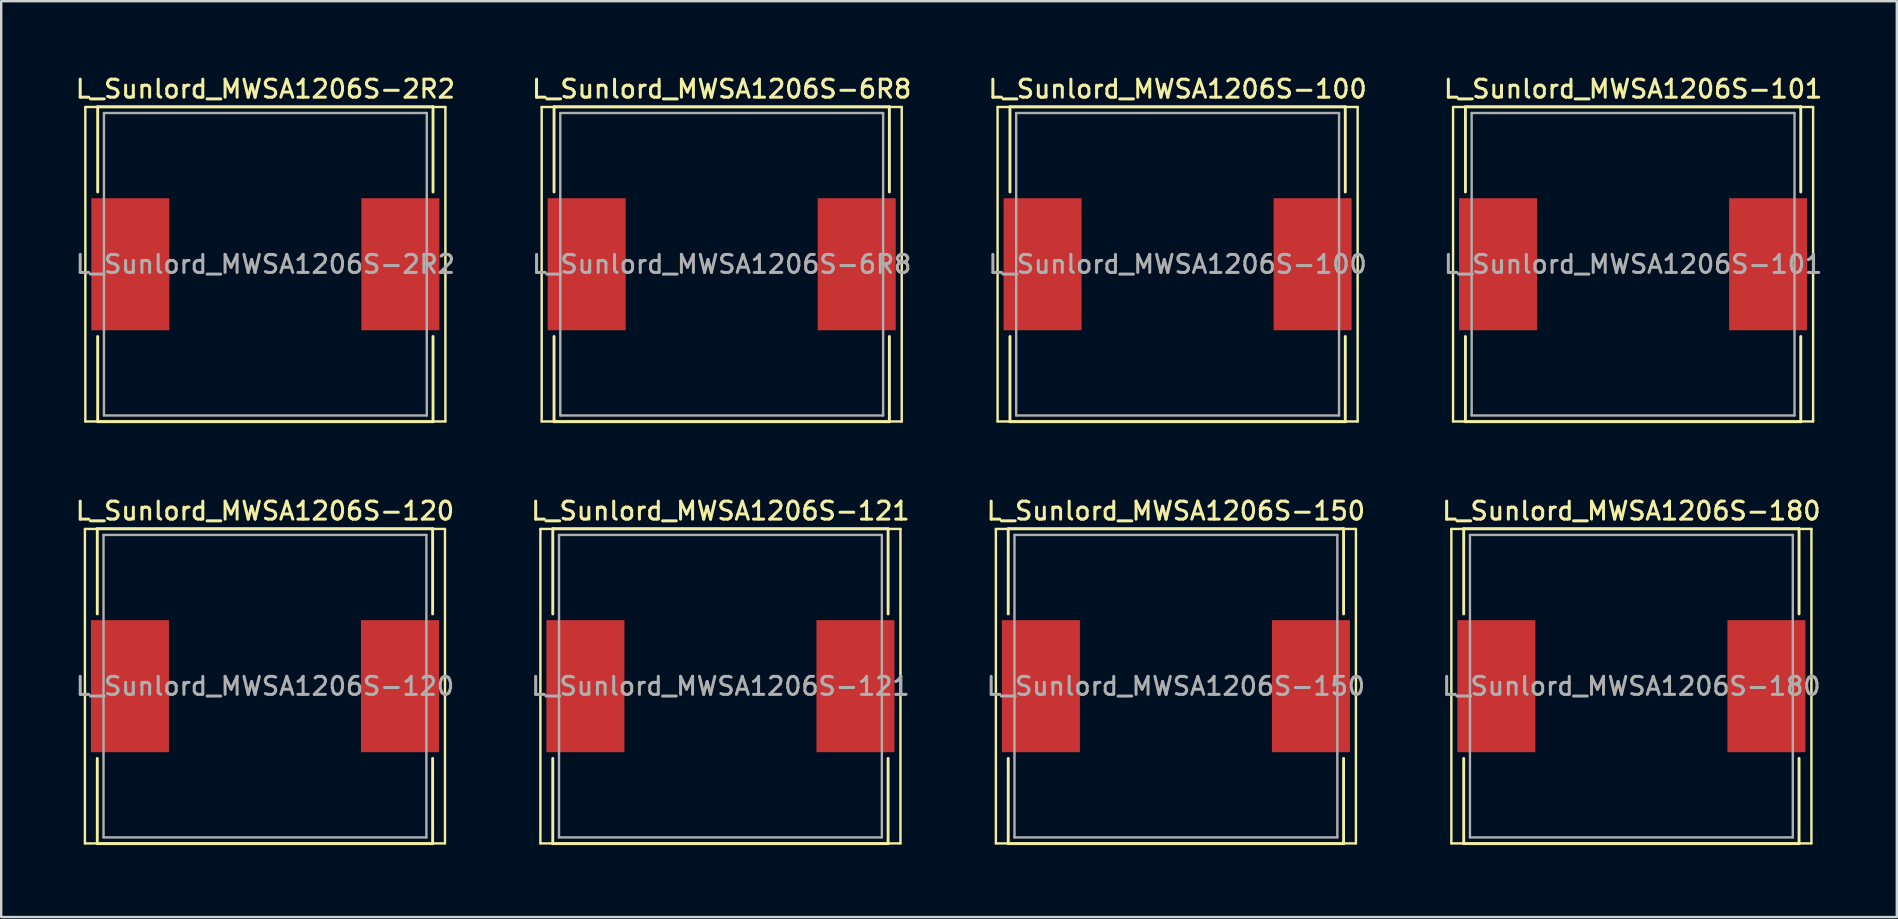
<source format=kicad_pcb>
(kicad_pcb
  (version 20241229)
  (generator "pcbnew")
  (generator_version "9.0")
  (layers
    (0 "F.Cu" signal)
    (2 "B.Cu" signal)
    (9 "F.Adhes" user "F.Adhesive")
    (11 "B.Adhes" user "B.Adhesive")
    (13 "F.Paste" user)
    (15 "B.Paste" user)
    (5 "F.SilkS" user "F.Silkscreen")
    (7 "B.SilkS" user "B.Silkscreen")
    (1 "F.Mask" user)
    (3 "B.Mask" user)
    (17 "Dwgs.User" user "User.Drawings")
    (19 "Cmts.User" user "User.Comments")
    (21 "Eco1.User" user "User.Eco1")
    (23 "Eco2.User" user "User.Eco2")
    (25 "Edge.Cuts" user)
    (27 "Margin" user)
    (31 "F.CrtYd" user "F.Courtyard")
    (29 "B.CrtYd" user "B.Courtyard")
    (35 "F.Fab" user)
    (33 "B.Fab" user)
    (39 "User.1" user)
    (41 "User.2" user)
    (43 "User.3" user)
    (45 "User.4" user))
  (footprint "L_Sunlord_MWSA1206S-121"
    (layer "F.Cu")
    (at 26.963 25.536)
    (property "Reference" "L_Sunlord_MWSA1206S-121" (at 0 -7.3 0) (layer "F.SilkS") (effects (font (size 0.75 0.75) (thickness 0.125))))
    (attr smd)
    (fp_line (start -7.5 -6.55) (end -7.5 6.55) (stroke (width 0.1) (type solid)) (layer "F.SilkS"))
    (fp_line (start -7.5 6.55) (end 7.5 6.55) (stroke (width 0.1) (type solid)) (layer "F.SilkS"))
    (fp_line (start -6.985 -6.56) (end -6.985 -3.01) (stroke (width 0.12) (type solid)) (layer "F.SilkS"))
    (fp_line (start -6.985 -6.56) (end 6.985 -6.56) (stroke (width 0.12) (type solid)) (layer "F.SilkS"))
    (fp_line (start -6.985 6.56) (end -6.985 3.01) (stroke (width 0.12) (type solid)) (layer "F.SilkS"))
    (fp_line (start -6.985 6.56) (end 6.985 6.56) (stroke (width 0.12) (type solid)) (layer "F.SilkS"))
    (fp_line (start 6.985 -6.56) (end 6.985 -3.01) (stroke (width 0.12) (type solid)) (layer "F.SilkS"))
    (fp_line (start 6.985 6.56) (end 6.985 3.01) (stroke (width 0.12) (type solid)) (layer "F.SilkS"))
    (fp_line (start 7.5 -6.55) (end -7.5 -6.55) (stroke (width 0.1) (type solid)) (layer "F.SilkS"))
    (fp_line (start 7.5 6.55) (end 7.5 -6.55) (stroke (width 0.1) (type solid)) (layer "F.SilkS"))
    (fp_line (start -6.725 -6.3) (end -6.725 6.3) (stroke (width 0.1) (type solid)) (layer "F.Fab"))
    (fp_line (start -6.725 6.3) (end 6.725 6.3) (stroke (width 0.1) (type solid)) (layer "F.Fab"))
    (fp_line (start 6.725 -6.3) (end -6.725 -6.3) (stroke (width 0.1) (type solid)) (layer "F.Fab"))
    (fp_line (start 6.725 6.3) (end 6.725 -6.3) (stroke (width 0.1) (type solid)) (layer "F.Fab"))
    (fp_text user "${REFERENCE}" (at 0 0 0) (layer "F.Fab") (effects (font (size 0.75 0.75) (thickness 0.125))))
    (pad "1" smd rect (at -5.625 0) (size 3.25 5.5) (layers "F.Cu" "F.Mask" "F.Paste"))
    (pad "2" smd rect (at 5.625 0) (size 3.25 5.5) (layers "F.Cu" "F.Mask" "F.Paste")))
  (footprint "L_Sunlord_MWSA1206S-150"
    (layer "F.Cu")
    (at 45.938 25.536)
    (property "Reference" "L_Sunlord_MWSA1206S-150" (at 0 -7.3 0) (layer "F.SilkS") (effects (font (size 0.75 0.75) (thickness 0.125))))
    (attr smd)
    (fp_line (start -7.5 -6.55) (end -7.5 6.55) (stroke (width 0.1) (type solid)) (layer "F.SilkS"))
    (fp_line (start -7.5 6.55) (end 7.5 6.55) (stroke (width 0.1) (type solid)) (layer "F.SilkS"))
    (fp_line (start -6.985 -6.56) (end -6.985 -3.01) (stroke (width 0.12) (type solid)) (layer "F.SilkS"))
    (fp_line (start -6.985 -6.56) (end 6.985 -6.56) (stroke (width 0.12) (type solid)) (layer "F.SilkS"))
    (fp_line (start -6.985 6.56) (end -6.985 3.01) (stroke (width 0.12) (type solid)) (layer "F.SilkS"))
    (fp_line (start -6.985 6.56) (end 6.985 6.56) (stroke (width 0.12) (type solid)) (layer "F.SilkS"))
    (fp_line (start 6.985 -6.56) (end 6.985 -3.01) (stroke (width 0.12) (type solid)) (layer "F.SilkS"))
    (fp_line (start 6.985 6.56) (end 6.985 3.01) (stroke (width 0.12) (type solid)) (layer "F.SilkS"))
    (fp_line (start 7.5 -6.55) (end -7.5 -6.55) (stroke (width 0.1) (type solid)) (layer "F.SilkS"))
    (fp_line (start 7.5 6.55) (end 7.5 -6.55) (stroke (width 0.1) (type solid)) (layer "F.SilkS"))
    (fp_line (start -6.725 -6.3) (end -6.725 6.3) (stroke (width 0.1) (type solid)) (layer "F.Fab"))
    (fp_line (start -6.725 6.3) (end 6.725 6.3) (stroke (width 0.1) (type solid)) (layer "F.Fab"))
    (fp_line (start 6.725 -6.3) (end -6.725 -6.3) (stroke (width 0.1) (type solid)) (layer "F.Fab"))
    (fp_line (start 6.725 6.3) (end 6.725 -6.3) (stroke (width 0.1) (type solid)) (layer "F.Fab"))
    (fp_text user "${REFERENCE}" (at 0 0 0) (layer "F.Fab") (effects (font (size 0.75 0.75) (thickness 0.125))))
    (pad "1" smd rect (at -5.625 0) (size 3.25 5.5) (layers "F.Cu" "F.Mask" "F.Paste"))
    (pad "2" smd rect (at 5.625 0) (size 3.25 5.5) (layers "F.Cu" "F.Mask" "F.Paste")))
  (footprint "L_Sunlord_MWSA1206S-2R2"
    (layer "F.Cu")
    (at 8.005 7.958)
    (property "Reference" "L_Sunlord_MWSA1206S-2R2" (at 0 -7.3 0) (layer "F.SilkS") (effects (font (size 0.75 0.75) (thickness 0.125))))
    (attr smd)
    (fp_line (start -7.5 -6.55) (end -7.5 6.55) (stroke (width 0.1) (type solid)) (layer "F.SilkS"))
    (fp_line (start -7.5 6.55) (end 7.5 6.55) (stroke (width 0.1) (type solid)) (layer "F.SilkS"))
    (fp_line (start -6.985 -6.56) (end -6.985 -3.01) (stroke (width 0.12) (type solid)) (layer "F.SilkS"))
    (fp_line (start -6.985 -6.56) (end 6.985 -6.56) (stroke (width 0.12) (type solid)) (layer "F.SilkS"))
    (fp_line (start -6.985 6.56) (end -6.985 3.01) (stroke (width 0.12) (type solid)) (layer "F.SilkS"))
    (fp_line (start -6.985 6.56) (end 6.985 6.56) (stroke (width 0.12) (type solid)) (layer "F.SilkS"))
    (fp_line (start 6.985 -6.56) (end 6.985 -3.01) (stroke (width 0.12) (type solid)) (layer "F.SilkS"))
    (fp_line (start 6.985 6.56) (end 6.985 3.01) (stroke (width 0.12) (type solid)) (layer "F.SilkS"))
    (fp_line (start 7.5 -6.55) (end -7.5 -6.55) (stroke (width 0.1) (type solid)) (layer "F.SilkS"))
    (fp_line (start 7.5 6.55) (end 7.5 -6.55) (stroke (width 0.1) (type solid)) (layer "F.SilkS"))
    (fp_line (start -6.725 -6.3) (end -6.725 6.3) (stroke (width 0.1) (type solid)) (layer "F.Fab"))
    (fp_line (start -6.725 6.3) (end 6.725 6.3) (stroke (width 0.1) (type solid)) (layer "F.Fab"))
    (fp_line (start 6.725 -6.3) (end -6.725 -6.3) (stroke (width 0.1) (type solid)) (layer "F.Fab"))
    (fp_line (start 6.725 6.3) (end 6.725 -6.3) (stroke (width 0.1) (type solid)) (layer "F.Fab"))
    (fp_text user "${REFERENCE}" (at 0 0 0) (layer "F.Fab") (effects (font (size 0.75 0.75) (thickness 0.125))))
    (pad "1" smd rect (at -5.625 0) (size 3.25 5.5) (layers "F.Cu" "F.Mask" "F.Paste"))
    (pad "2" smd rect (at 5.625 0) (size 3.25 5.5) (layers "F.Cu" "F.Mask" "F.Paste")))
  (footprint "L_Sunlord_MWSA1206S-180"
    (layer "F.Cu")
    (at 64.913 25.536)
    (property "Reference" "L_Sunlord_MWSA1206S-180" (at 0 -7.3 0) (layer "F.SilkS") (effects (font (size 0.75 0.75) (thickness 0.125))))
    (attr smd)
    (fp_line (start -7.5 -6.55) (end -7.5 6.55) (stroke (width 0.1) (type solid)) (layer "F.SilkS"))
    (fp_line (start -7.5 6.55) (end 7.5 6.55) (stroke (width 0.1) (type solid)) (layer "F.SilkS"))
    (fp_line (start -6.985 -6.56) (end -6.985 -3.01) (stroke (width 0.12) (type solid)) (layer "F.SilkS"))
    (fp_line (start -6.985 -6.56) (end 6.985 -6.56) (stroke (width 0.12) (type solid)) (layer "F.SilkS"))
    (fp_line (start -6.985 6.56) (end -6.985 3.01) (stroke (width 0.12) (type solid)) (layer "F.SilkS"))
    (fp_line (start -6.985 6.56) (end 6.985 6.56) (stroke (width 0.12) (type solid)) (layer "F.SilkS"))
    (fp_line (start 6.985 -6.56) (end 6.985 -3.01) (stroke (width 0.12) (type solid)) (layer "F.SilkS"))
    (fp_line (start 6.985 6.56) (end 6.985 3.01) (stroke (width 0.12) (type solid)) (layer "F.SilkS"))
    (fp_line (start 7.5 -6.55) (end -7.5 -6.55) (stroke (width 0.1) (type solid)) (layer "F.SilkS"))
    (fp_line (start 7.5 6.55) (end 7.5 -6.55) (stroke (width 0.1) (type solid)) (layer "F.SilkS"))
    (fp_line (start -6.725 -6.3) (end -6.725 6.3) (stroke (width 0.1) (type solid)) (layer "F.Fab"))
    (fp_line (start -6.725 6.3) (end 6.725 6.3) (stroke (width 0.1) (type solid)) (layer "F.Fab"))
    (fp_line (start 6.725 -6.3) (end -6.725 -6.3) (stroke (width 0.1) (type solid)) (layer "F.Fab"))
    (fp_line (start 6.725 6.3) (end 6.725 -6.3) (stroke (width 0.1) (type solid)) (layer "F.Fab"))
    (fp_text user "${REFERENCE}" (at 0 0 0) (layer "F.Fab") (effects (font (size 0.75 0.75) (thickness 0.125))))
    (pad "1" smd rect (at -5.625 0) (size 3.25 5.5) (layers "F.Cu" "F.Mask" "F.Paste"))
    (pad "2" smd rect (at 5.625 0) (size 3.25 5.5) (layers "F.Cu" "F.Mask" "F.Paste")))
  (footprint "L_Sunlord_MWSA1206S-100"
    (layer "F.Cu")
    (at 46.009 7.958)
    (property "Reference" "L_Sunlord_MWSA1206S-100" (at 0 -7.3 0) (layer "F.SilkS") (effects (font (size 0.75 0.75) (thickness 0.125))))
    (attr smd)
    (fp_line (start -7.5 -6.55) (end -7.5 6.55) (stroke (width 0.1) (type solid)) (layer "F.SilkS"))
    (fp_line (start -7.5 6.55) (end 7.5 6.55) (stroke (width 0.1) (type solid)) (layer "F.SilkS"))
    (fp_line (start -6.985 -6.56) (end -6.985 -3.01) (stroke (width 0.12) (type solid)) (layer "F.SilkS"))
    (fp_line (start -6.985 -6.56) (end 6.985 -6.56) (stroke (width 0.12) (type solid)) (layer "F.SilkS"))
    (fp_line (start -6.985 6.56) (end -6.985 3.01) (stroke (width 0.12) (type solid)) (layer "F.SilkS"))
    (fp_line (start -6.985 6.56) (end 6.985 6.56) (stroke (width 0.12) (type solid)) (layer "F.SilkS"))
    (fp_line (start 6.985 -6.56) (end 6.985 -3.01) (stroke (width 0.12) (type solid)) (layer "F.SilkS"))
    (fp_line (start 6.985 6.56) (end 6.985 3.01) (stroke (width 0.12) (type solid)) (layer "F.SilkS"))
    (fp_line (start 7.5 -6.55) (end -7.5 -6.55) (stroke (width 0.1) (type solid)) (layer "F.SilkS"))
    (fp_line (start 7.5 6.55) (end 7.5 -6.55) (stroke (width 0.1) (type solid)) (layer "F.SilkS"))
    (fp_line (start -6.725 -6.3) (end -6.725 6.3) (stroke (width 0.1) (type solid)) (layer "F.Fab"))
    (fp_line (start -6.725 6.3) (end 6.725 6.3) (stroke (width 0.1) (type solid)) (layer "F.Fab"))
    (fp_line (start 6.725 -6.3) (end -6.725 -6.3) (stroke (width 0.1) (type solid)) (layer "F.Fab"))
    (fp_line (start 6.725 6.3) (end 6.725 -6.3) (stroke (width 0.1) (type solid)) (layer "F.Fab"))
    (fp_text user "${REFERENCE}" (at 0 0 0) (layer "F.Fab") (effects (font (size 0.75 0.75) (thickness 0.125))))
    (pad "1" smd rect (at -5.625 0) (size 3.25 5.5) (layers "F.Cu" "F.Mask" "F.Paste"))
    (pad "2" smd rect (at 5.625 0) (size 3.25 5.5) (layers "F.Cu" "F.Mask" "F.Paste")))
  (footprint "L_Sunlord_MWSA1206S-101"
    (layer "F.Cu")
    (at 64.984 7.958)
    (property "Reference" "L_Sunlord_MWSA1206S-101" (at 0 -7.3 0) (layer "F.SilkS") (effects (font (size 0.75 0.75) (thickness 0.125))))
    (attr smd)
    (fp_line (start -7.5 -6.55) (end -7.5 6.55) (stroke (width 0.1) (type solid)) (layer "F.SilkS"))
    (fp_line (start -7.5 6.55) (end 7.5 6.55) (stroke (width 0.1) (type solid)) (layer "F.SilkS"))
    (fp_line (start -6.985 -6.56) (end -6.985 -3.01) (stroke (width 0.12) (type solid)) (layer "F.SilkS"))
    (fp_line (start -6.985 -6.56) (end 6.985 -6.56) (stroke (width 0.12) (type solid)) (layer "F.SilkS"))
    (fp_line (start -6.985 6.56) (end -6.985 3.01) (stroke (width 0.12) (type solid)) (layer "F.SilkS"))
    (fp_line (start -6.985 6.56) (end 6.985 6.56) (stroke (width 0.12) (type solid)) (layer "F.SilkS"))
    (fp_line (start 6.985 -6.56) (end 6.985 -3.01) (stroke (width 0.12) (type solid)) (layer "F.SilkS"))
    (fp_line (start 6.985 6.56) (end 6.985 3.01) (stroke (width 0.12) (type solid)) (layer "F.SilkS"))
    (fp_line (start 7.5 -6.55) (end -7.5 -6.55) (stroke (width 0.1) (type solid)) (layer "F.SilkS"))
    (fp_line (start 7.5 6.55) (end 7.5 -6.55) (stroke (width 0.1) (type solid)) (layer "F.SilkS"))
    (fp_line (start -6.725 -6.3) (end -6.725 6.3) (stroke (width 0.1) (type solid)) (layer "F.Fab"))
    (fp_line (start -6.725 6.3) (end 6.725 6.3) (stroke (width 0.1) (type solid)) (layer "F.Fab"))
    (fp_line (start 6.725 -6.3) (end -6.725 -6.3) (stroke (width 0.1) (type solid)) (layer "F.Fab"))
    (fp_line (start 6.725 6.3) (end 6.725 -6.3) (stroke (width 0.1) (type solid)) (layer "F.Fab"))
    (fp_text user "${REFERENCE}" (at 0 0 0) (layer "F.Fab") (effects (font (size 0.75 0.75) (thickness 0.125))))
    (pad "1" smd rect (at -5.625 0) (size 3.25 5.5) (layers "F.Cu" "F.Mask" "F.Paste"))
    (pad "2" smd rect (at 5.625 0) (size 3.25 5.5) (layers "F.Cu" "F.Mask" "F.Paste")))
  (footprint "L_Sunlord_MWSA1206S-6R8"
    (layer "F.Cu")
    (at 27.016 7.958)
    (property "Reference" "L_Sunlord_MWSA1206S-6R8" (at 0 -7.3 0) (layer "F.SilkS") (effects (font (size 0.75 0.75) (thickness 0.125))))
    (attr smd)
    (fp_line (start -7.5 -6.55) (end -7.5 6.55) (stroke (width 0.1) (type solid)) (layer "F.SilkS"))
    (fp_line (start -7.5 6.55) (end 7.5 6.55) (stroke (width 0.1) (type solid)) (layer "F.SilkS"))
    (fp_line (start -6.985 -6.56) (end -6.985 -3.01) (stroke (width 0.12) (type solid)) (layer "F.SilkS"))
    (fp_line (start -6.985 -6.56) (end 6.985 -6.56) (stroke (width 0.12) (type solid)) (layer "F.SilkS"))
    (fp_line (start -6.985 6.56) (end -6.985 3.01) (stroke (width 0.12) (type solid)) (layer "F.SilkS"))
    (fp_line (start -6.985 6.56) (end 6.985 6.56) (stroke (width 0.12) (type solid)) (layer "F.SilkS"))
    (fp_line (start 6.985 -6.56) (end 6.985 -3.01) (stroke (width 0.12) (type solid)) (layer "F.SilkS"))
    (fp_line (start 6.985 6.56) (end 6.985 3.01) (stroke (width 0.12) (type solid)) (layer "F.SilkS"))
    (fp_line (start 7.5 -6.55) (end -7.5 -6.55) (stroke (width 0.1) (type solid)) (layer "F.SilkS"))
    (fp_line (start 7.5 6.55) (end 7.5 -6.55) (stroke (width 0.1) (type solid)) (layer "F.SilkS"))
    (fp_line (start -6.725 -6.3) (end -6.725 6.3) (stroke (width 0.1) (type solid)) (layer "F.Fab"))
    (fp_line (start -6.725 6.3) (end 6.725 6.3) (stroke (width 0.1) (type solid)) (layer "F.Fab"))
    (fp_line (start 6.725 -6.3) (end -6.725 -6.3) (stroke (width 0.1) (type solid)) (layer "F.Fab"))
    (fp_line (start 6.725 6.3) (end 6.725 -6.3) (stroke (width 0.1) (type solid)) (layer "F.Fab"))
    (fp_text user "${REFERENCE}" (at 0 0 0) (layer "F.Fab") (effects (font (size 0.75 0.75) (thickness 0.125))))
    (pad "1" smd rect (at -5.625 0) (size 3.25 5.5) (layers "F.Cu" "F.Mask" "F.Paste"))
    (pad "2" smd rect (at 5.625 0) (size 3.25 5.5) (layers "F.Cu" "F.Mask" "F.Paste")))
  (footprint "L_Sunlord_MWSA1206S-120"
    (layer "F.Cu")
    (at 7.988 25.536)
    (property "Reference" "L_Sunlord_MWSA1206S-120" (at 0 -7.3 0) (layer "F.SilkS") (effects (font (size 0.75 0.75) (thickness 0.125))))
    (attr smd)
    (fp_line (start -7.5 -6.55) (end -7.5 6.55) (stroke (width 0.1) (type solid)) (layer "F.SilkS"))
    (fp_line (start -7.5 6.55) (end 7.5 6.55) (stroke (width 0.1) (type solid)) (layer "F.SilkS"))
    (fp_line (start -6.985 -6.56) (end -6.985 -3.01) (stroke (width 0.12) (type solid)) (layer "F.SilkS"))
    (fp_line (start -6.985 -6.56) (end 6.985 -6.56) (stroke (width 0.12) (type solid)) (layer "F.SilkS"))
    (fp_line (start -6.985 6.56) (end -6.985 3.01) (stroke (width 0.12) (type solid)) (layer "F.SilkS"))
    (fp_line (start -6.985 6.56) (end 6.985 6.56) (stroke (width 0.12) (type solid)) (layer "F.SilkS"))
    (fp_line (start 6.985 -6.56) (end 6.985 -3.01) (stroke (width 0.12) (type solid)) (layer "F.SilkS"))
    (fp_line (start 6.985 6.56) (end 6.985 3.01) (stroke (width 0.12) (type solid)) (layer "F.SilkS"))
    (fp_line (start 7.5 -6.55) (end -7.5 -6.55) (stroke (width 0.1) (type solid)) (layer "F.SilkS"))
    (fp_line (start 7.5 6.55) (end 7.5 -6.55) (stroke (width 0.1) (type solid)) (layer "F.SilkS"))
    (fp_line (start -6.725 -6.3) (end -6.725 6.3) (stroke (width 0.1) (type solid)) (layer "F.Fab"))
    (fp_line (start -6.725 6.3) (end 6.725 6.3) (stroke (width 0.1) (type solid)) (layer "F.Fab"))
    (fp_line (start 6.725 -6.3) (end -6.725 -6.3) (stroke (width 0.1) (type solid)) (layer "F.Fab"))
    (fp_line (start 6.725 6.3) (end 6.725 -6.3) (stroke (width 0.1) (type solid)) (layer "F.Fab"))
    (fp_text user "${REFERENCE}" (at 0 0 0) (layer "F.Fab") (effects (font (size 0.75 0.75) (thickness 0.125))))
    (pad "1" smd rect (at -5.625 0) (size 3.25 5.5) (layers "F.Cu" "F.Mask" "F.Paste"))
    (pad "2" smd rect (at 5.625 0) (size 3.25 5.5) (layers "F.Cu" "F.Mask" "F.Paste")))
  (gr_rect
    (start -3 -3)
    (end 75.971 35.156)
    (stroke (width 0.1) (type default))
    (fill no)
    (layer "Edge.Cuts")))
</source>
